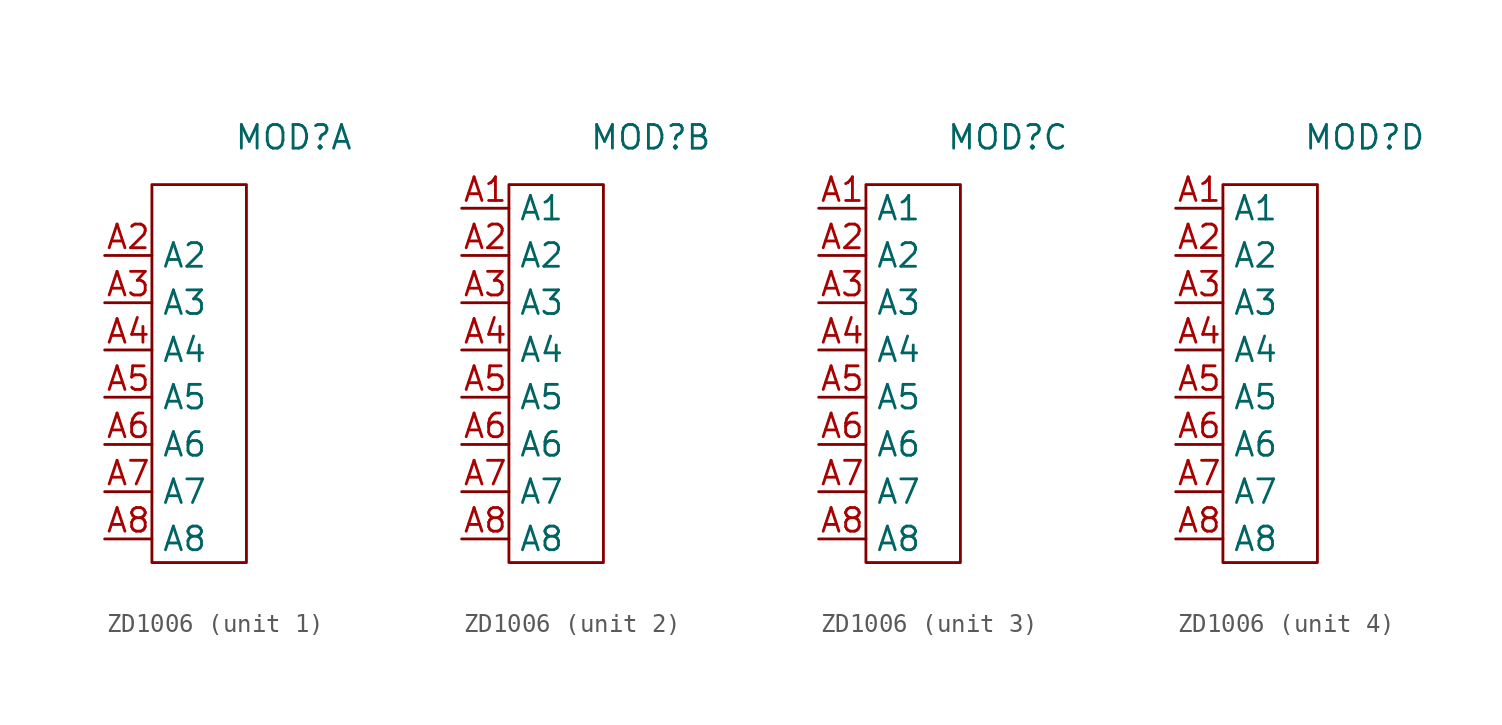
<source format=kicad_sym>
(kicad_symbol_lib
  (version 20220914)
  (generator kicad_symbol_editor)
  (symbol "ZD1006"
    (property "Reference" "MOD"
      (at 10.16 3.81 0)
      (effects (font (size 1.27 1.27))))
    (property "Value" ""
      (at 0 0 0)
      (effects (font (size 1.27 1.27))))
    (symbol "ZD1006_0_1"
      (rectangle (start 2.54 1.27) (end 7.62 -19.05) (stroke (width 0) (type default)) (fill (type none))))
    (symbol "ZD1006_1_1"
      (pin passive line (at 0 -2.54 0) (length 2.54) (name "A2" (effects (font (size 1.27 1.27)))) (number "A2" (effects (font (size 1.27 1.27)))))
      (pin passive line (at 0 -5.08 0) (length 2.54) (name "A3" (effects (font (size 1.27 1.27)))) (number "A3" (effects (font (size 1.27 1.27)))))
      (pin passive line (at 0 -7.62 0) (length 2.54) (name "A4" (effects (font (size 1.27 1.27)))) (number "A4" (effects (font (size 1.27 1.27)))))
      (pin passive line (at 0 -10.16 0) (length 2.54) (name "A5" (effects (font (size 1.27 1.27)))) (number "A5" (effects (font (size 1.27 1.27)))))
      (pin passive line (at 0 -12.7 0) (length 2.54) (name "A6" (effects (font (size 1.27 1.27)))) (number "A6" (effects (font (size 1.27 1.27)))))
      (pin passive line (at 0 -15.24 0) (length 2.54) (name "A7" (effects (font (size 1.27 1.27)))) (number "A7" (effects (font (size 1.27 1.27)))))
      (pin passive line (at 0 -17.78 0) (length 2.54) (name "A8" (effects (font (size 1.27 1.27)))) (number "A8" (effects (font (size 1.27 1.27))))))
    (symbol "ZD1006_2_1"
      (pin passive line (at 0 0 0) (length 2.54) (name "A1" (effects (font (size 1.27 1.27)))) (number "A1" (effects (font (size 1.27 1.27)))))
      (pin passive line (at 0 -2.54 0) (length 2.54) (name "A2" (effects (font (size 1.27 1.27)))) (number "A2" (effects (font (size 1.27 1.27)))))
      (pin passive line (at 0 -5.08 0) (length 2.54) (name "A3" (effects (font (size 1.27 1.27)))) (number "A3" (effects (font (size 1.27 1.27)))))
      (pin passive line (at 0 -7.62 0) (length 2.54) (name "A4" (effects (font (size 1.27 1.27)))) (number "A4" (effects (font (size 1.27 1.27)))))
      (pin passive line (at 0 -10.16 0) (length 2.54) (name "A5" (effects (font (size 1.27 1.27)))) (number "A5" (effects (font (size 1.27 1.27)))))
      (pin passive line (at 0 -12.7 0) (length 2.54) (name "A6" (effects (font (size 1.27 1.27)))) (number "A6" (effects (font (size 1.27 1.27)))))
      (pin passive line (at 0 -15.24 0) (length 2.54) (name "A7" (effects (font (size 1.27 1.27)))) (number "A7" (effects (font (size 1.27 1.27)))))
      (pin passive line (at 0 -17.78 0) (length 2.54) (name "A8" (effects (font (size 1.27 1.27)))) (number "A8" (effects (font (size 1.27 1.27))))))
    (symbol "ZD1006_3_1"
      (pin passive line (at 0 0 0) (length 2.54) (name "A1" (effects (font (size 1.27 1.27)))) (number "A1" (effects (font (size 1.27 1.27)))))
      (pin passive line (at 0 -2.54 0) (length 2.54) (name "A2" (effects (font (size 1.27 1.27)))) (number "A2" (effects (font (size 1.27 1.27)))))
      (pin passive line (at 0 -5.08 0) (length 2.54) (name "A3" (effects (font (size 1.27 1.27)))) (number "A3" (effects (font (size 1.27 1.27)))))
      (pin passive line (at 0 -7.62 0) (length 2.54) (name "A4" (effects (font (size 1.27 1.27)))) (number "A4" (effects (font (size 1.27 1.27)))))
      (pin passive line (at 0 -10.16 0) (length 2.54) (name "A5" (effects (font (size 1.27 1.27)))) (number "A5" (effects (font (size 1.27 1.27)))))
      (pin passive line (at 0 -12.7 0) (length 2.54) (name "A6" (effects (font (size 1.27 1.27)))) (number "A6" (effects (font (size 1.27 1.27)))))
      (pin passive line (at 0 -15.24 0) (length 2.54) (name "A7" (effects (font (size 1.27 1.27)))) (number "A7" (effects (font (size 1.27 1.27)))))
      (pin passive line (at 0 -17.78 0) (length 2.54) (name "A8" (effects (font (size 1.27 1.27)))) (number "A8" (effects (font (size 1.27 1.27))))))
    (symbol "ZD1006_4_1"
      (pin passive line (at 0 0 0) (length 2.54) (name "A1" (effects (font (size 1.27 1.27)))) (number "A1" (effects (font (size 1.27 1.27)))))
      (pin passive line (at 0 -2.54 0) (length 2.54) (name "A2" (effects (font (size 1.27 1.27)))) (number "A2" (effects (font (size 1.27 1.27)))))
      (pin passive line (at 0 -5.08 0) (length 2.54) (name "A3" (effects (font (size 1.27 1.27)))) (number "A3" (effects (font (size 1.27 1.27)))))
      (pin passive line (at 0 -7.62 0) (length 2.54) (name "A4" (effects (font (size 1.27 1.27)))) (number "A4" (effects (font (size 1.27 1.27)))))
      (pin passive line (at 0 -10.16 0) (length 2.54) (name "A5" (effects (font (size 1.27 1.27)))) (number "A5" (effects (font (size 1.27 1.27)))))
      (pin passive line (at 0 -12.7 0) (length 2.54) (name "A6" (effects (font (size 1.27 1.27)))) (number "A6" (effects (font (size 1.27 1.27)))))
      (pin passive line (at 0 -15.24 0) (length 2.54) (name "A7" (effects (font (size 1.27 1.27)))) (number "A7" (effects (font (size 1.27 1.27)))))
      (pin passive line (at 0 -17.78 0) (length 2.54) (name "A8" (effects (font (size 1.27 1.27)))) (number "A8" (effects (font (size 1.27 1.27))))))))
</source>
